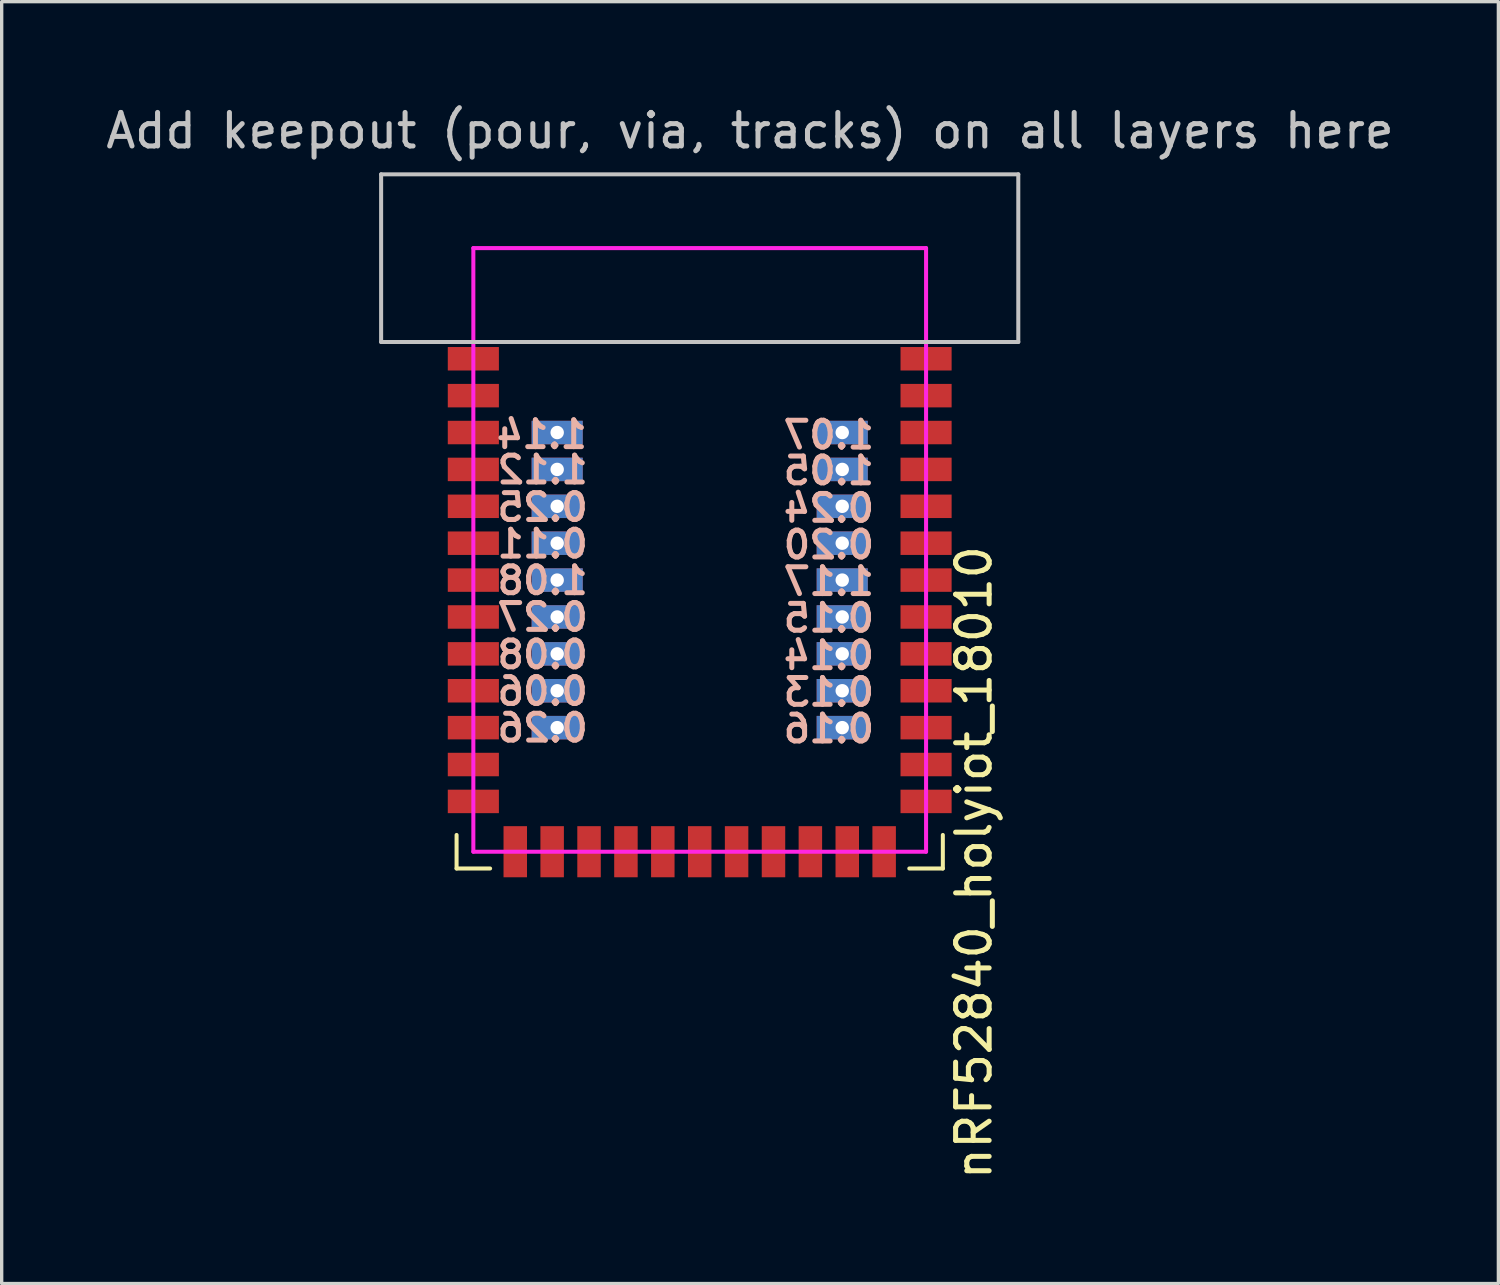
<source format=kicad_pcb>
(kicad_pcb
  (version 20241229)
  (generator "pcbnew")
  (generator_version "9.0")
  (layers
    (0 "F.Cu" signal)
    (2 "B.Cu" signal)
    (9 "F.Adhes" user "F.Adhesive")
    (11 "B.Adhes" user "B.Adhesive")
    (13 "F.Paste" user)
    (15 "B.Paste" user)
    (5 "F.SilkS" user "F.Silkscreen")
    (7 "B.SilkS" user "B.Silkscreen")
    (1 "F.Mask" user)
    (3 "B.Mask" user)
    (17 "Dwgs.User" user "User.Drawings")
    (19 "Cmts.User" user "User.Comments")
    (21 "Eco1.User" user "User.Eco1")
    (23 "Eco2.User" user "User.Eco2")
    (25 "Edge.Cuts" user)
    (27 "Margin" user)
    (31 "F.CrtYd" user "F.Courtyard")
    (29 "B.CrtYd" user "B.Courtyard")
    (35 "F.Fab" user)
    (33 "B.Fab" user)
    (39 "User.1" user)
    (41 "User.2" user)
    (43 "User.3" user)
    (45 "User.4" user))
  (footprint "nRF52840_holyiot_18010"
    (layer "F.Cu")
    (at 17.815 13.348)
    (property "Reference" "nRF52840_holyiot_18010" (at 8.176 9.322 90) (layer "F.SilkS") (effects (font (size 1 1) (thickness 0.15))))
    (attr smd)
    (fp_line (start -7.25 8.5) (end -7.25 9.5) (stroke (width 0.12) (type solid)) (layer "F.SilkS"))
    (fp_line (start -6.25 9.5) (end -7.25 9.5) (stroke (width 0.12) (type solid)) (layer "F.SilkS"))
    (fp_line (start 6.25 9.5) (end 7.25 9.5) (stroke (width 0.12) (type solid)) (layer "F.SilkS"))
    (fp_line (start 7.25 8.5) (end 7.25 9.5) (stroke (width 0.12) (type solid)) (layer "F.SilkS"))
    (fp_line (start -9.5 -11.2) (end 9.5 -11.2) (stroke (width 0.12) (type solid)) (layer "Dwgs.User"))
    (fp_line (start -9.5 -6.2) (end -9.5 -11.2) (stroke (width 0.12) (type solid)) (layer "Dwgs.User"))
    (fp_line (start 9.5 -11.2) (end 9.5 -6.2) (stroke (width 0.12) (type solid)) (layer "Dwgs.User"))
    (fp_line (start 9.5 -6.2) (end -9.5 -6.2) (stroke (width 0.12) (type solid)) (layer "Dwgs.User"))
    (fp_line (start -6.75 -9) (end 6.75 -9) (stroke (width 0.12) (type solid)) (layer "F.CrtYd"))
    (fp_line (start -6.75 9) (end -6.75 -9) (stroke (width 0.12) (type solid)) (layer "F.CrtYd"))
    (fp_line (start 6.75 -9) (end 6.75 9) (stroke (width 0.12) (type solid)) (layer "F.CrtYd"))
    (fp_line (start 6.75 9) (end -6.75 9) (stroke (width 0.12) (type solid)) (layer "F.CrtYd"))
    (fp_text user "0.24" (at 5.283 -1.245 180) (layer "B.SilkS") (effects (font (size 0.8 0.8) (thickness 0.15)) (justify left mirror)))
    (fp_text user "1.12" (at -3.251 -2.388 180) (layer "B.SilkS") (effects (font (size 0.8 0.8) (thickness 0.15)) (justify left mirror)))
    (fp_text user "0.13" (at 5.283 4.242 180) (layer "B.SilkS") (effects (font (size 0.8 0.8) (thickness 0.15)) (justify left mirror)))
    (fp_text user "0.26" (at -3.251 5.309 180) (layer "B.SilkS") (effects (font (size 0.8 0.8) (thickness 0.15)) (justify left mirror)))
    (fp_text user "0.16" (at 5.283 5.334 180) (layer "B.SilkS") (effects (font (size 0.8 0.8) (thickness 0.15)) (justify left mirror)))
    (fp_text user "0.06" (at -3.251 4.216 180) (layer "B.SilkS") (effects (font (size 0.8 0.8) (thickness 0.15)) (justify left mirror)))
    (fp_text user "1.17" (at 5.283 0.94 180) (layer "B.SilkS") (effects (font (size 0.8 0.8) (thickness 0.15)) (justify left mirror)))
    (fp_text user "1.08" (at -3.251 0.914 180) (layer "B.SilkS") (effects (font (size 0.8 0.8) (thickness 0.15)) (justify left mirror)))
    (fp_text user "0.14" (at 5.283 3.15 180) (layer "B.SilkS") (effects (font (size 0.8 0.8) (thickness 0.15)) (justify left mirror)))
    (fp_text user "0.11" (at -3.251 -0.178 180) (layer "B.SilkS") (effects (font (size 0.8 0.8) (thickness 0.15)) (justify left mirror)))
    (fp_text user "0.25" (at -3.251 -1.27 180) (layer "B.SilkS") (effects (font (size 0.8 0.8) (thickness 0.15)) (justify left mirror)))
    (fp_text user "1.14" (at -3.277 -3.442 180) (layer "B.SilkS") (effects (font (size 0.8 0.8) (thickness 0.15)) (justify left mirror)))
    (fp_text user "0.20" (at 5.283 -0.152 180) (layer "B.SilkS") (effects (font (size 0.8 0.8) (thickness 0.15)) (justify left mirror)))
    (fp_text user "1.05" (at 5.283 -2.362 180) (layer "B.SilkS") (effects (font (size 0.8 0.8) (thickness 0.15)) (justify left mirror)))
    (fp_text user "0.15" (at 5.283 2.032 180) (layer "B.SilkS") (effects (font (size 0.8 0.8) (thickness 0.15)) (justify left mirror)))
    (fp_text user "0.27" (at -3.251 2.007 180) (layer "B.SilkS") (effects (font (size 0.8 0.8) (thickness 0.15)) (justify left mirror)))
    (fp_text user "0.08" (at -3.251 3.124 180) (layer "B.SilkS") (effects (font (size 0.8 0.8) (thickness 0.15)) (justify left mirror)))
    (fp_text user "1.07" (at 5.283 -3.429 180) (layer "B.SilkS") (effects (font (size 0.8 0.8) (thickness 0.15)) (justify left mirror)))
    (fp_text user "Add keepout (pour, via, tracks) on all layers here" (at 1.5 -12.5 0) (layer "Dwgs.User") (effects (font (size 1 1) (thickness 0.15))))
    (pad "1" smd rect (at -6.75 -5.7) (size 1.524 0.7) (layers "F.Cu" "F.Mask" "F.Paste"))
    (pad "2" smd rect (at -6.75 -4.6) (size 1.524 0.7) (layers "F.Cu" "F.Mask" "F.Paste"))
    (pad "3" smd rect (at -6.75 -3.5) (size 1.524 0.7) (layers "F.Cu" "F.Mask" "F.Paste"))
    (pad "4" smd rect (at -6.75 -2.4) (size 1.524 0.7) (layers "F.Cu" "F.Mask" "F.Paste"))
    (pad "5" smd rect (at -6.75 -1.3) (size 1.524 0.7) (layers "F.Cu" "F.Mask" "F.Paste"))
    (pad "6" smd rect (at -6.75 -0.2) (size 1.524 0.7) (layers "F.Cu" "F.Mask" "F.Paste"))
    (pad "7" smd rect (at -6.75 0.9) (size 1.524 0.7) (layers "F.Cu" "F.Mask" "F.Paste"))
    (pad "8" smd rect (at -6.75 2) (size 1.524 0.7) (layers "F.Cu" "F.Mask" "F.Paste"))
    (pad "9" smd rect (at -6.75 3.1) (size 1.524 0.7) (layers "F.Cu" "F.Mask" "F.Paste"))
    (pad "10" smd rect (at -6.75 4.2) (size 1.524 0.7) (layers "F.Cu" "F.Mask" "F.Paste"))
    (pad "11" smd rect (at -6.75 5.3) (size 1.524 0.7) (layers "F.Cu" "F.Mask" "F.Paste"))
    (pad "12" smd rect (at -6.75 6.4) (size 1.524 0.7) (layers "F.Cu" "F.Mask" "F.Paste"))
    (pad "13" smd rect (at -6.75 7.5) (size 1.524 0.7) (layers "F.Cu" "F.Mask" "F.Paste"))
    (pad "14" smd rect (at -5.5 9 90) (size 1.524 0.7) (layers "F.Cu" "F.Mask" "F.Paste"))
    (pad "15" smd rect (at -4.4 9 90) (size 1.524 0.7) (layers "F.Cu" "F.Mask" "F.Paste"))
    (pad "16" smd rect (at -3.3 9 90) (size 1.524 0.7) (layers "F.Cu" "F.Mask" "F.Paste"))
    (pad "17" smd rect (at -2.2 9 90) (size 1.524 0.7) (layers "F.Cu" "F.Mask" "F.Paste"))
    (pad "18" smd rect (at -1.1 9 90) (size 1.524 0.7) (layers "F.Cu" "F.Mask" "F.Paste"))
    (pad "19" smd rect (at 0 9 90) (size 1.524 0.7) (layers "F.Cu" "F.Mask" "F.Paste"))
    (pad "20" smd rect (at 1.1 9 90) (size 1.524 0.7) (layers "F.Cu" "F.Mask" "F.Paste"))
    (pad "21" smd rect (at 2.2 9 90) (size 1.524 0.7) (layers "F.Cu" "F.Mask" "F.Paste"))
    (pad "22" smd rect (at 3.3 9 90) (size 1.524 0.7) (layers "F.Cu" "F.Mask" "F.Paste"))
    (pad "23" smd rect (at 4.4 9 90) (size 1.524 0.7) (layers "F.Cu" "F.Mask" "F.Paste"))
    (pad "24" smd rect (at 5.5 9 90) (size 1.524 0.7) (layers "F.Cu" "F.Mask" "F.Paste"))
    (pad "25" smd rect (at 6.75 7.5 180) (size 1.524 0.7) (layers "F.Cu" "F.Mask" "F.Paste"))
    (pad "26" smd rect (at 6.75 6.4 180) (size 1.524 0.7) (layers "F.Cu" "F.Mask" "F.Paste"))
    (pad "27" smd rect (at 6.75 5.3 180) (size 1.524 0.7) (layers "F.Cu" "F.Mask" "F.Paste"))
    (pad "28" smd rect (at 6.75 4.2 180) (size 1.524 0.7) (layers "F.Cu" "F.Mask" "F.Paste"))
    (pad "29" smd rect (at 6.75 3.1 180) (size 1.524 0.7) (layers "F.Cu" "F.Mask" "F.Paste"))
    (pad "30" smd rect (at 6.75 2 180) (size 1.524 0.7) (layers "F.Cu" "F.Mask" "F.Paste"))
    (pad "31" smd rect (at 6.75 0.9 180) (size 1.524 0.7) (layers "F.Cu" "F.Mask" "F.Paste"))
    (pad "32" smd rect (at 6.75 -0.2 180) (size 1.524 0.7) (layers "F.Cu" "F.Mask" "F.Paste"))
    (pad "33" smd rect (at 6.75 -1.3 180) (size 1.524 0.7) (layers "F.Cu" "F.Mask" "F.Paste"))
    (pad "34" smd rect (at 6.75 -2.4 180) (size 1.524 0.7) (layers "F.Cu" "F.Mask" "F.Paste"))
    (pad "35" smd rect (at 6.75 -3.5 180) (size 1.524 0.7) (layers "F.Cu" "F.Mask" "F.Paste"))
    (pad "36" smd rect (at 6.75 -4.6 180) (size 1.524 0.7) (layers "F.Cu" "F.Mask" "F.Paste"))
    (pad "37" smd rect (at 6.75 -5.7 180) (size 1.524 0.7) (layers "F.Cu" "F.Mask" "F.Paste"))
    (pad "38" thru_hole rect (at -4.25 -3.5 180) (size 1.524 0.7) (drill 0.4) (layers "*.Cu" "*.Mask"))
    (pad "39" thru_hole rect (at -4.25 -2.4 180) (size 1.524 0.7) (drill 0.4) (layers "*.Cu" "*.Mask"))
    (pad "40" thru_hole rect (at -4.25 -1.3 180) (size 1.524 0.7) (drill 0.4) (layers "*.Cu" "*.Mask"))
    (pad "41" thru_hole rect (at -4.25 -0.2 180) (size 1.524 0.7) (drill 0.4) (layers "*.Cu" "*.Mask"))
    (pad "42" thru_hole rect (at -4.25 0.9 180) (size 1.524 0.7) (drill 0.4) (layers "*.Cu" "*.Mask"))
    (pad "43" thru_hole rect (at -4.25 2 180) (size 1.524 0.7) (drill 0.4) (layers "*.Cu" "*.Mask"))
    (pad "44" thru_hole rect (at -4.25 3.1 180) (size 1.524 0.7) (drill 0.4) (layers "*.Cu" "*.Mask"))
    (pad "45" thru_hole rect (at -4.25 4.2 180) (size 1.524 0.7) (drill 0.4) (layers "*.Cu" "*.Mask"))
    (pad "46" thru_hole rect (at -4.25 5.3 180) (size 1.524 0.7) (drill 0.4) (layers "*.Cu" "*.Mask"))
    (pad "47" thru_hole rect (at 4.25 -3.5 180) (size 1.524 0.7) (drill 0.4) (layers "*.Cu" "*.Mask"))
    (pad "48" thru_hole rect (at 4.25 -2.4 180) (size 1.524 0.7) (drill 0.4) (layers "*.Cu" "*.Mask"))
    (pad "49" thru_hole rect (at 4.25 -1.3 180) (size 1.524 0.7) (drill 0.4) (layers "*.Cu" "*.Mask"))
    (pad "50" thru_hole rect (at 4.25 -0.2 180) (size 1.524 0.7) (drill 0.4) (layers "*.Cu" "*.Mask"))
    (pad "51" thru_hole rect (at 4.25 0.9 180) (size 1.524 0.7) (drill 0.4) (layers "*.Cu" "*.Mask"))
    (pad "52" thru_hole rect (at 4.25 2 180) (size 1.524 0.7) (drill 0.4) (layers "*.Cu" "*.Mask"))
    (pad "53" thru_hole rect (at 4.25 3.1 180) (size 1.524 0.7) (drill 0.4) (layers "*.Cu" "*.Mask"))
    (pad "54" thru_hole rect (at 4.25 4.2 180) (size 1.524 0.7) (drill 0.4) (layers "*.Cu" "*.Mask"))
    (pad "55" thru_hole rect (at 4.25 5.3 180) (size 1.524 0.7) (drill 0.4) (layers "*.Cu" "*.Mask")))
  (gr_rect
    (start -3 -3)
    (end 41.631 35.224)
    (stroke (width 0.1) (type default))
    (fill no)
    (layer "Edge.Cuts")))
</source>
